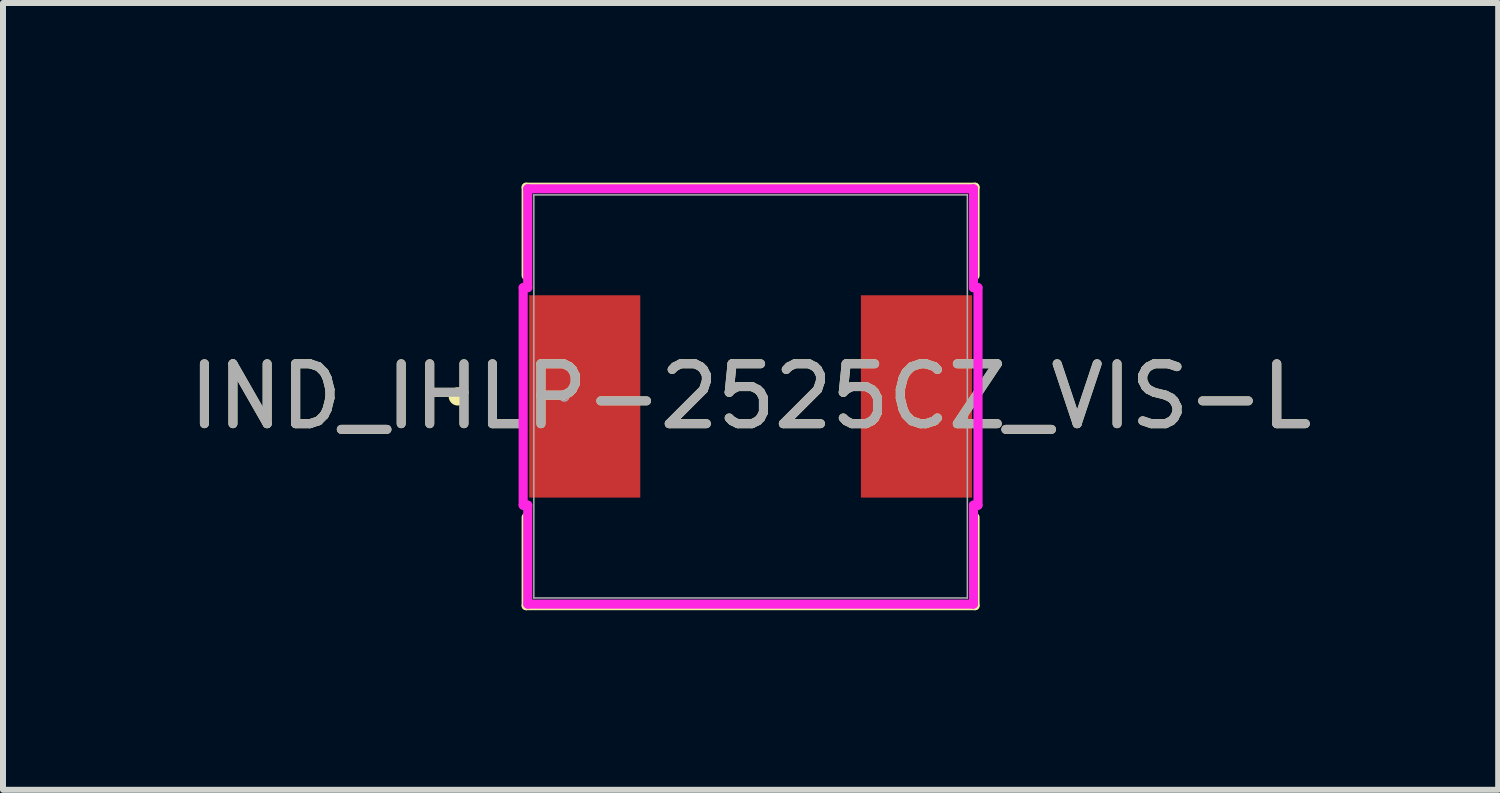
<source format=kicad_pcb>
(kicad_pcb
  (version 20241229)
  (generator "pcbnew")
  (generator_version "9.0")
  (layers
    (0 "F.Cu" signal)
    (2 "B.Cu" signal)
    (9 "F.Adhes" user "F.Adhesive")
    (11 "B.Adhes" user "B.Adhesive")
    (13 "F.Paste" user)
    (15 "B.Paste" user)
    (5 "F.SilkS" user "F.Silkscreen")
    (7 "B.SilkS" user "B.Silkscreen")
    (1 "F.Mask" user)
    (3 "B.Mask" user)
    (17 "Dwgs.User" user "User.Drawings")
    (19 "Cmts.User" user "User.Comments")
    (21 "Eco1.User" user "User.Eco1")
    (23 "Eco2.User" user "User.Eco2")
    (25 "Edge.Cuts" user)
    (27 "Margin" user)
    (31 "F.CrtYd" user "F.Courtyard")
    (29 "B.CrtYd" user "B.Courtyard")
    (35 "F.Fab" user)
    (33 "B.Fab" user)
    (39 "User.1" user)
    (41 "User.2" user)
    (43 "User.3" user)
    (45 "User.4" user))
  (footprint "IND_IHLP-2525CZ_VIS-L"
    (layer "F.Cu")
    (at 9.482 3.569)
    (property "Reference" "IND_IHLP-2525CZ_VIS-L" (at 0 0 0) (unlocked yes) (layer "F.SilkS") (effects (font (size 1 1) (thickness 0.15))))
    (attr smd)
    (fp_line (start -3.747 -3.493) (end -3.747 -2.018) (stroke (width 0.152) (type solid)) (layer "F.SilkS"))
    (fp_line (start -3.747 2.018) (end -3.747 3.493) (stroke (width 0.152) (type solid)) (layer "F.SilkS"))
    (fp_line (start -3.747 3.493) (end 3.747 3.493) (stroke (width 0.152) (type solid)) (layer "F.SilkS"))
    (fp_line (start 3.747 -3.493) (end -3.747 -3.493) (stroke (width 0.152) (type solid)) (layer "F.SilkS"))
    (fp_line (start 3.747 -2.018) (end 3.747 -3.493) (stroke (width 0.152) (type solid)) (layer "F.SilkS"))
    (fp_line (start 3.747 3.493) (end 3.747 2.018) (stroke (width 0.152) (type solid)) (layer "F.SilkS"))
    (fp_circle (center -4.889 0) (end -4.813 0) (stroke (width 0.152) (type solid)) (fill no) (layer "F.SilkS"))
    (fp_line (start -3.797 -1.816) (end -3.721 -1.816) (stroke (width 0.152) (type solid)) (layer "F.CrtYd"))
    (fp_line (start -3.797 1.816) (end -3.797 -1.816) (stroke (width 0.152) (type solid)) (layer "F.CrtYd"))
    (fp_line (start -3.721 -3.467) (end 3.721 -3.467) (stroke (width 0.152) (type solid)) (layer "F.CrtYd"))
    (fp_line (start -3.721 -1.816) (end -3.721 -3.467) (stroke (width 0.152) (type solid)) (layer "F.CrtYd"))
    (fp_line (start -3.721 1.816) (end -3.797 1.816) (stroke (width 0.152) (type solid)) (layer "F.CrtYd"))
    (fp_line (start -3.721 3.467) (end -3.721 1.816) (stroke (width 0.152) (type solid)) (layer "F.CrtYd"))
    (fp_line (start 3.721 -3.467) (end 3.721 -1.816) (stroke (width 0.152) (type solid)) (layer "F.CrtYd"))
    (fp_line (start 3.721 -1.816) (end 3.797 -1.816) (stroke (width 0.152) (type solid)) (layer "F.CrtYd"))
    (fp_line (start 3.721 1.816) (end 3.721 3.467) (stroke (width 0.152) (type solid)) (layer "F.CrtYd"))
    (fp_line (start 3.721 3.467) (end -3.721 3.467) (stroke (width 0.152) (type solid)) (layer "F.CrtYd"))
    (fp_line (start 3.797 -1.816) (end 3.797 1.816) (stroke (width 0.152) (type solid)) (layer "F.CrtYd"))
    (fp_line (start 3.797 1.816) (end 3.721 1.816) (stroke (width 0.152) (type solid)) (layer "F.CrtYd"))
    (fp_line (start -3.619 -3.365) (end -3.619 3.365) (stroke (width 0.025) (type solid)) (layer "F.Fab"))
    (fp_line (start -3.619 3.365) (end 3.619 3.365) (stroke (width 0.025) (type solid)) (layer "F.Fab"))
    (fp_line (start 3.619 -3.365) (end -3.619 -3.365) (stroke (width 0.025) (type solid)) (layer "F.Fab"))
    (fp_line (start 3.619 3.365) (end 3.619 -3.365) (stroke (width 0.025) (type solid)) (layer "F.Fab"))
    (fp_circle (center -3.111 0) (end -3.035 0) (stroke (width 0.025) (type solid)) (fill no) (layer "F.Fab"))
    (fp_text user "${REFERENCE}" (at 0 0 0) (unlocked yes) (layer "F.Fab") (effects (font (size 1 1) (thickness 0.15))))
    (pad "1" smd rect (at -2.769 0 90) (size 3.378 1.854) (layers "F.Cu" "F.Mask" "F.Paste"))
    (pad "2" smd rect (at 2.769 0 90) (size 3.378 1.854) (layers "F.Cu" "F.Mask" "F.Paste"))
    (zone (net_name "") (layer "F.Cu") (hatch full 0.508) (connect_pads) (min_thickness 0.254) (filled_areas_thickness no) (keepout (tracks not_allowed) (vias not_allowed) (pads allowed) (copperpour not_allowed) (footprints allowed)) (placement (enabled no)) (fill) (polygon (pts (xy 5.913 0.254) (xy 13.051 0.254) (xy 13.051 1.803) (xy 5.913 1.803))))
    (zone (net_name "") (layer "F.Cu") (hatch full 0.508) (connect_pads) (min_thickness 0.254) (filled_areas_thickness no) (keepout (tracks not_allowed) (vias not_allowed) (pads allowed) (copperpour not_allowed) (footprints allowed)) (placement (enabled no)) (fill) (polygon (pts (xy 5.913 5.334) (xy 13.051 5.334) (xy 13.051 6.883) (xy 5.913 6.883))))
    (zone (net_name "") (layer "F.Cu") (hatch full 0.508) (connect_pads) (min_thickness 0.254) (filled_areas_thickness no) (keepout (tracks not_allowed) (vias not_allowed) (pads allowed) (copperpour not_allowed) (footprints allowed)) (placement (enabled no)) (fill) (polygon (pts (xy 7.691 1.803) (xy 11.273 1.803) (xy 11.273 5.334) (xy 7.691 5.334)))))
  (gr_rect
    (start -3 -3)
    (end 21.964 10.137)
    (stroke (width 0.1) (type default))
    (fill no)
    (layer "Edge.Cuts")))
</source>
